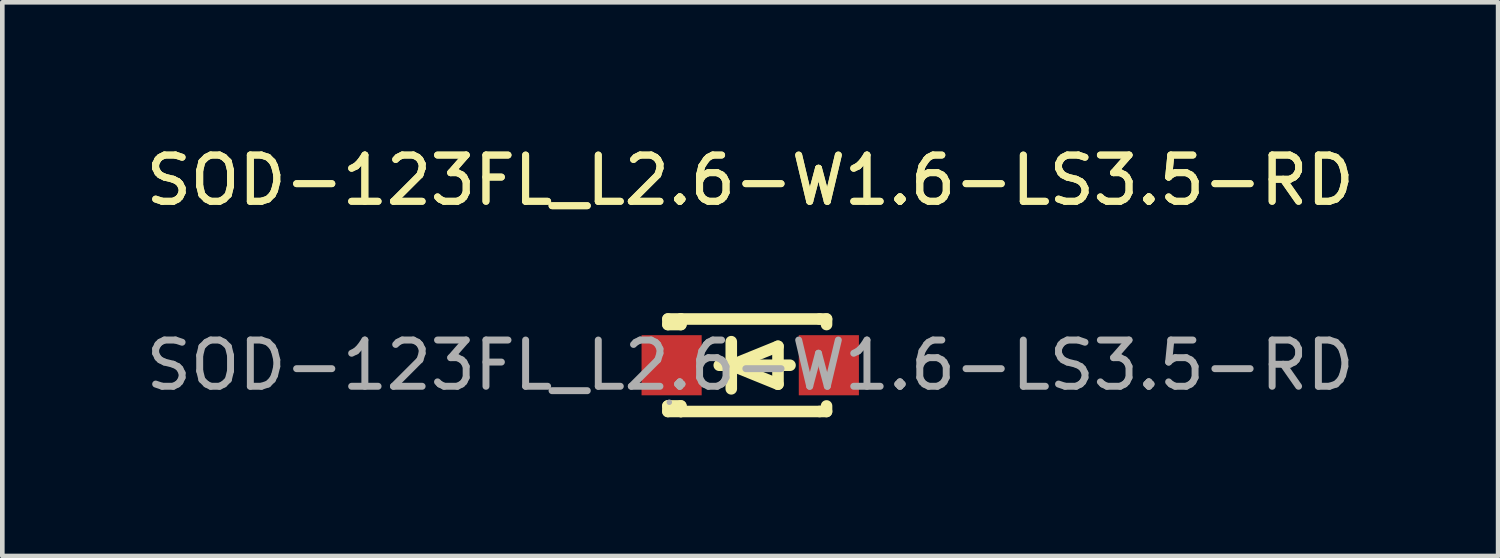
<source format=kicad_pcb>
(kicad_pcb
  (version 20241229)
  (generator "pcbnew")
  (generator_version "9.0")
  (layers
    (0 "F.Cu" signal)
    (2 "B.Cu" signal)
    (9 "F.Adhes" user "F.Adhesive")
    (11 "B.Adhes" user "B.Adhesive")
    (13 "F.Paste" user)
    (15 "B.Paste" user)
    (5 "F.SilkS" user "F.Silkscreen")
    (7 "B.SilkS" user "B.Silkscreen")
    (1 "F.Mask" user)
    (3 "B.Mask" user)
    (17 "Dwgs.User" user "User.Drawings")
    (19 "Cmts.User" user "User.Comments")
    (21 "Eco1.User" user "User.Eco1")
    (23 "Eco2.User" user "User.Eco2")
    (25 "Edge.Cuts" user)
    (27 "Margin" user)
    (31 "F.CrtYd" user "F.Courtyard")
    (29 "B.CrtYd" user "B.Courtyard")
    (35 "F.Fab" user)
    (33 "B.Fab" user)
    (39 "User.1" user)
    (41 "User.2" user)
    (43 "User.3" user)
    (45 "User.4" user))
  (footprint "SOD-123FL_L2.6-W1.6-LS3.5-RD"
    (layer "F.Cu")
    (at 13.173 4.848)
    (property "Reference" "SOD-123FL_L2.6-W1.6-LS3.5-RD" (at 0 -4 0) (layer "F.SilkS") (effects (font (size 1 1) (thickness 0.15))))
    (attr smd)
    (fp_line (start -1.78 -1) (end -1.78 -0.88) (stroke (width 0.25) (type solid)) (layer "F.SilkS"))
    (fp_line (start -1.78 1) (end -1.78 0.88) (stroke (width 0.25) (type solid)) (layer "F.SilkS"))
    (fp_line (start -1.5 -1) (end -1.78 -1) (stroke (width 0.25) (type solid)) (layer "F.SilkS"))
    (fp_line (start -1.5 -1) (end -1.5 -0.88) (stroke (width 0.25) (type solid)) (layer "F.SilkS"))
    (fp_line (start -1.5 -1) (end 1.5 -1) (stroke (width 0.25) (type solid)) (layer "F.SilkS"))
    (fp_line (start -1.5 -0.88) (end -1.78 -0.88) (stroke (width 0.25) (type solid)) (layer "F.SilkS"))
    (fp_line (start -1.5 0.88) (end -1.78 0.88) (stroke (width 0.25) (type solid)) (layer "F.SilkS"))
    (fp_line (start -1.5 0.88) (end -1.5 1) (stroke (width 0.25) (type solid)) (layer "F.SilkS"))
    (fp_line (start -1.5 1) (end -1.78 1) (stroke (width 0.25) (type solid)) (layer "F.SilkS"))
    (fp_line (start -0.67 0) (end 0.86 0) (stroke (width 0.25) (type solid)) (layer "F.SilkS"))
    (fp_line (start -0.41 -0.51) (end -0.41 0.51) (stroke (width 0.25) (type solid)) (layer "F.SilkS"))
    (fp_line (start -0.41 0) (end 0.6 -0.41) (stroke (width 0.25) (type solid)) (layer "F.SilkS"))
    (fp_line (start 0.6 -0.41) (end 0.6 0.41) (stroke (width 0.25) (type solid)) (layer "F.SilkS"))
    (fp_line (start 0.6 0.41) (end -0.41 0) (stroke (width 0.25) (type solid)) (layer "F.SilkS"))
    (fp_line (start 1.5 -1) (end 1.65 -1) (stroke (width 0.25) (type solid)) (layer "F.SilkS"))
    (fp_line (start 1.5 1) (end -1.5 1) (stroke (width 0.25) (type solid)) (layer "F.SilkS"))
    (fp_line (start 1.65 -1) (end 1.65 -0.88) (stroke (width 0.25) (type solid)) (layer "F.SilkS"))
    (fp_line (start 1.65 0.88) (end 1.65 1) (stroke (width 0.25) (type solid)) (layer "F.SilkS"))
    (fp_line (start 1.65 1) (end 1.5 1) (stroke (width 0.25) (type solid)) (layer "F.SilkS"))
    (fp_circle (center -1.75 0.8) (end -1.72 0.8) (stroke (width 0.06) (type solid)) (fill no) (layer "F.Fab"))
    (fp_text user "${REFERENCE}" (at 0 -4 0) (layer "F.SilkS") (effects (font (size 1 1) (thickness 0.15))))
    (fp_text user "${REFERENCE}" (at 0 0 0) (layer "F.Fab") (effects (font (size 1 1) (thickness 0.15))))
    (pad "1" smd rect (at -1.7 0) (size 1.3 1.3) (layers "F.Cu" "F.Mask" "F.Paste"))
    (pad "2" smd rect (at 1.7 0) (size 1.3 1.3) (layers "F.Cu" "F.Mask" "F.Paste")))
  (gr_rect
    (start -3 -3)
    (end 29.345 8.973)
    (stroke (width 0.1) (type default))
    (fill no)
    (layer "Edge.Cuts")))
</source>
